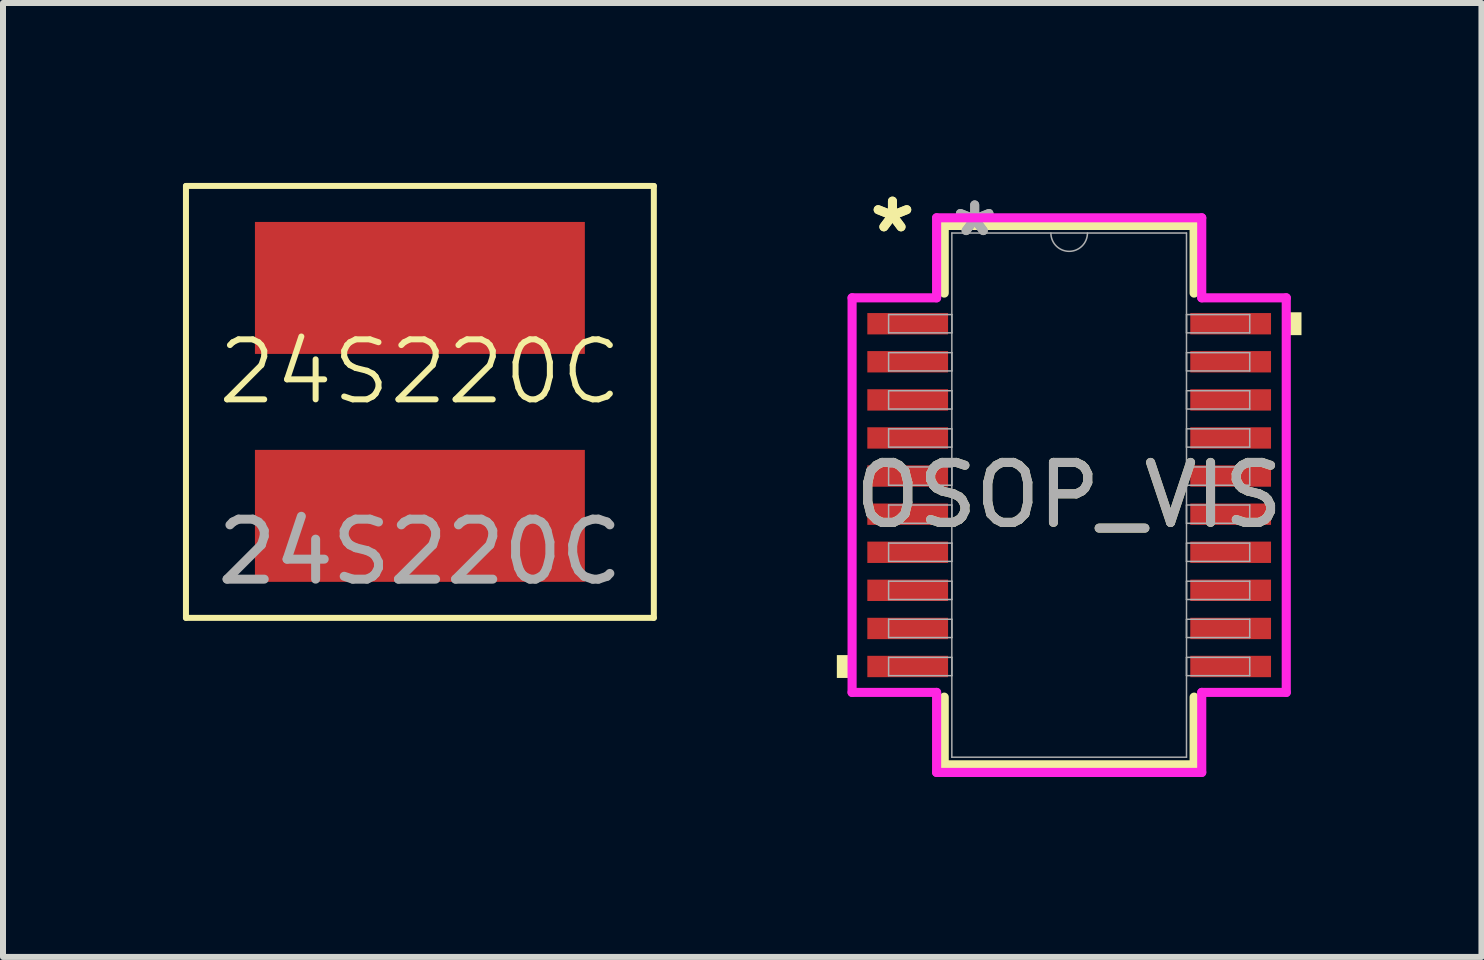
<source format=kicad_pcb>
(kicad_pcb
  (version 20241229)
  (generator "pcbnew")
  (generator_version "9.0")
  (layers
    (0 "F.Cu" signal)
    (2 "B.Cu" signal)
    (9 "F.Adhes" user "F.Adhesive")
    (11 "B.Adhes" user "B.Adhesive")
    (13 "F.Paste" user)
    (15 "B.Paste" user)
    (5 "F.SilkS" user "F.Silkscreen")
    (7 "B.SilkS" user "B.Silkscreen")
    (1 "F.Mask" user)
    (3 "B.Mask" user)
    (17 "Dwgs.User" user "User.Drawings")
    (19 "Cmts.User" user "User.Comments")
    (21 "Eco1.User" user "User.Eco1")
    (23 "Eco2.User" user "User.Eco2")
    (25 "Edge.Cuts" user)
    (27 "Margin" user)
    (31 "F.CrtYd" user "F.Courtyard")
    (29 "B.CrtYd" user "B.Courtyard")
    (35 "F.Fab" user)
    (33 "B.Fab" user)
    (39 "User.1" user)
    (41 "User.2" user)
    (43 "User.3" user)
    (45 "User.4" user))
  (footprint "OSOP_VIS"
    (layer "F.Cu")
    (at 14.774 5.204)
    (property "Reference" "OSOP_VIS" (at 0 0 0) (unlocked yes) (layer "F.SilkS") (effects (font (size 1 1) (thickness 0.15))))
    (attr smd)
    (fp_line (start -2.083 -4.496) (end -2.083 -3.368) (stroke (width 0.152) (type solid)) (layer "F.SilkS"))
    (fp_line (start -2.083 3.368) (end -2.083 4.496) (stroke (width 0.152) (type solid)) (layer "F.SilkS"))
    (fp_line (start -2.083 4.496) (end 2.083 4.496) (stroke (width 0.152) (type solid)) (layer "F.SilkS"))
    (fp_line (start 2.083 -4.496) (end -2.083 -4.496) (stroke (width 0.152) (type solid)) (layer "F.SilkS"))
    (fp_line (start 2.083 -3.368) (end 2.083 -4.496) (stroke (width 0.152) (type solid)) (layer "F.SilkS"))
    (fp_line (start 2.083 4.496) (end 2.083 3.368) (stroke (width 0.152) (type solid)) (layer "F.SilkS"))
    (fp_poly (pts (xy -3.873 2.667) (xy -3.873 3.048) (xy -3.619 3.048) (xy -3.619 2.667)) (stroke (width 0) (type solid)) (fill yes) (layer "F.SilkS"))
    (fp_poly (pts (xy 3.873 -3.048) (xy 3.873 -2.667) (xy 3.619 -2.667) (xy 3.619 -3.048)) (stroke (width 0) (type solid)) (fill yes) (layer "F.SilkS"))
    (fp_line (start -3.619 -3.289) (end -2.21 -3.289) (stroke (width 0.152) (type solid)) (layer "F.CrtYd"))
    (fp_line (start -3.619 3.289) (end -3.619 -3.289) (stroke (width 0.152) (type solid)) (layer "F.CrtYd"))
    (fp_line (start -3.619 3.289) (end -2.21 3.289) (stroke (width 0.152) (type solid)) (layer "F.CrtYd"))
    (fp_line (start -2.21 -4.623) (end 2.21 -4.623) (stroke (width 0.152) (type solid)) (layer "F.CrtYd"))
    (fp_line (start -2.21 -3.289) (end -2.21 -4.623) (stroke (width 0.152) (type solid)) (layer "F.CrtYd"))
    (fp_line (start -2.21 4.623) (end -2.21 3.289) (stroke (width 0.152) (type solid)) (layer "F.CrtYd"))
    (fp_line (start 2.21 -4.623) (end 2.21 -3.289) (stroke (width 0.152) (type solid)) (layer "F.CrtYd"))
    (fp_line (start 2.21 3.289) (end 2.21 4.623) (stroke (width 0.152) (type solid)) (layer "F.CrtYd"))
    (fp_line (start 2.21 4.623) (end -2.21 4.623) (stroke (width 0.152) (type solid)) (layer "F.CrtYd"))
    (fp_line (start 3.619 -3.289) (end 2.21 -3.289) (stroke (width 0.152) (type solid)) (layer "F.CrtYd"))
    (fp_line (start 3.619 -3.289) (end 3.619 3.289) (stroke (width 0.152) (type solid)) (layer "F.CrtYd"))
    (fp_line (start 3.619 3.289) (end 2.21 3.289) (stroke (width 0.152) (type solid)) (layer "F.CrtYd"))
    (fp_line (start -3.01 -3.01) (end -3.01 -2.705) (stroke (width 0.025) (type solid)) (layer "F.Fab"))
    (fp_line (start -3.01 -2.705) (end -1.956 -2.705) (stroke (width 0.025) (type solid)) (layer "F.Fab"))
    (fp_line (start -3.01 -2.375) (end -3.01 -2.07) (stroke (width 0.025) (type solid)) (layer "F.Fab"))
    (fp_line (start -3.01 -2.07) (end -1.956 -2.07) (stroke (width 0.025) (type solid)) (layer "F.Fab"))
    (fp_line (start -3.01 -1.74) (end -3.01 -1.435) (stroke (width 0.025) (type solid)) (layer "F.Fab"))
    (fp_line (start -3.01 -1.435) (end -1.956 -1.435) (stroke (width 0.025) (type solid)) (layer "F.Fab"))
    (fp_line (start -3.01 -1.105) (end -3.01 -0.8) (stroke (width 0.025) (type solid)) (layer "F.Fab"))
    (fp_line (start -3.01 -0.8) (end -1.956 -0.8) (stroke (width 0.025) (type solid)) (layer "F.Fab"))
    (fp_line (start -3.01 -0.47) (end -3.01 -0.165) (stroke (width 0.025) (type solid)) (layer "F.Fab"))
    (fp_line (start -3.01 -0.165) (end -1.956 -0.165) (stroke (width 0.025) (type solid)) (layer "F.Fab"))
    (fp_line (start -3.01 0.165) (end -3.01 0.47) (stroke (width 0.025) (type solid)) (layer "F.Fab"))
    (fp_line (start -3.01 0.47) (end -1.956 0.47) (stroke (width 0.025) (type solid)) (layer "F.Fab"))
    (fp_line (start -3.01 0.8) (end -3.01 1.105) (stroke (width 0.025) (type solid)) (layer "F.Fab"))
    (fp_line (start -3.01 1.105) (end -1.956 1.105) (stroke (width 0.025) (type solid)) (layer "F.Fab"))
    (fp_line (start -3.01 1.435) (end -3.01 1.74) (stroke (width 0.025) (type solid)) (layer "F.Fab"))
    (fp_line (start -3.01 1.74) (end -1.956 1.74) (stroke (width 0.025) (type solid)) (layer "F.Fab"))
    (fp_line (start -3.01 2.07) (end -3.01 2.375) (stroke (width 0.025) (type solid)) (layer "F.Fab"))
    (fp_line (start -3.01 2.375) (end -1.956 2.375) (stroke (width 0.025) (type solid)) (layer "F.Fab"))
    (fp_line (start -3.01 2.705) (end -3.01 3.01) (stroke (width 0.025) (type solid)) (layer "F.Fab"))
    (fp_line (start -3.01 3.01) (end -1.956 3.01) (stroke (width 0.025) (type solid)) (layer "F.Fab"))
    (fp_line (start -1.956 -4.369) (end -1.956 4.369) (stroke (width 0.025) (type solid)) (layer "F.Fab"))
    (fp_line (start -1.956 -3.01) (end -3.01 -3.01) (stroke (width 0.025) (type solid)) (layer "F.Fab"))
    (fp_line (start -1.956 -2.705) (end -1.956 -3.01) (stroke (width 0.025) (type solid)) (layer "F.Fab"))
    (fp_line (start -1.956 -2.375) (end -3.01 -2.375) (stroke (width 0.025) (type solid)) (layer "F.Fab"))
    (fp_line (start -1.956 -2.07) (end -1.956 -2.375) (stroke (width 0.025) (type solid)) (layer "F.Fab"))
    (fp_line (start -1.956 -1.74) (end -3.01 -1.74) (stroke (width 0.025) (type solid)) (layer "F.Fab"))
    (fp_line (start -1.956 -1.435) (end -1.956 -1.74) (stroke (width 0.025) (type solid)) (layer "F.Fab"))
    (fp_line (start -1.956 -1.105) (end -3.01 -1.105) (stroke (width 0.025) (type solid)) (layer "F.Fab"))
    (fp_line (start -1.956 -0.8) (end -1.956 -1.105) (stroke (width 0.025) (type solid)) (layer "F.Fab"))
    (fp_line (start -1.956 -0.47) (end -3.01 -0.47) (stroke (width 0.025) (type solid)) (layer "F.Fab"))
    (fp_line (start -1.956 -0.165) (end -1.956 -0.47) (stroke (width 0.025) (type solid)) (layer "F.Fab"))
    (fp_line (start -1.956 0.165) (end -3.01 0.165) (stroke (width 0.025) (type solid)) (layer "F.Fab"))
    (fp_line (start -1.956 0.47) (end -1.956 0.165) (stroke (width 0.025) (type solid)) (layer "F.Fab"))
    (fp_line (start -1.956 0.8) (end -3.01 0.8) (stroke (width 0.025) (type solid)) (layer "F.Fab"))
    (fp_line (start -1.956 1.105) (end -1.956 0.8) (stroke (width 0.025) (type solid)) (layer "F.Fab"))
    (fp_line (start -1.956 1.435) (end -3.01 1.435) (stroke (width 0.025) (type solid)) (layer "F.Fab"))
    (fp_line (start -1.956 1.74) (end -1.956 1.435) (stroke (width 0.025) (type solid)) (layer "F.Fab"))
    (fp_line (start -1.956 2.07) (end -3.01 2.07) (stroke (width 0.025) (type solid)) (layer "F.Fab"))
    (fp_line (start -1.956 2.375) (end -1.956 2.07) (stroke (width 0.025) (type solid)) (layer "F.Fab"))
    (fp_line (start -1.956 2.705) (end -3.01 2.705) (stroke (width 0.025) (type solid)) (layer "F.Fab"))
    (fp_line (start -1.956 3.01) (end -1.956 2.705) (stroke (width 0.025) (type solid)) (layer "F.Fab"))
    (fp_line (start -1.956 4.369) (end 1.956 4.369) (stroke (width 0.025) (type solid)) (layer "F.Fab"))
    (fp_line (start 1.956 -4.369) (end -1.956 -4.369) (stroke (width 0.025) (type solid)) (layer "F.Fab"))
    (fp_line (start 1.956 -3.01) (end 1.956 -2.705) (stroke (width 0.025) (type solid)) (layer "F.Fab"))
    (fp_line (start 1.956 -2.705) (end 3.01 -2.705) (stroke (width 0.025) (type solid)) (layer "F.Fab"))
    (fp_line (start 1.956 -2.375) (end 1.956 -2.07) (stroke (width 0.025) (type solid)) (layer "F.Fab"))
    (fp_line (start 1.956 -2.07) (end 3.01 -2.07) (stroke (width 0.025) (type solid)) (layer "F.Fab"))
    (fp_line (start 1.956 -1.74) (end 1.956 -1.435) (stroke (width 0.025) (type solid)) (layer "F.Fab"))
    (fp_line (start 1.956 -1.435) (end 3.01 -1.435) (stroke (width 0.025) (type solid)) (layer "F.Fab"))
    (fp_line (start 1.956 -1.105) (end 1.956 -0.8) (stroke (width 0.025) (type solid)) (layer "F.Fab"))
    (fp_line (start 1.956 -0.8) (end 3.01 -0.8) (stroke (width 0.025) (type solid)) (layer "F.Fab"))
    (fp_line (start 1.956 -0.47) (end 1.956 -0.165) (stroke (width 0.025) (type solid)) (layer "F.Fab"))
    (fp_line (start 1.956 -0.165) (end 3.01 -0.165) (stroke (width 0.025) (type solid)) (layer "F.Fab"))
    (fp_line (start 1.956 0.165) (end 1.956 0.47) (stroke (width 0.025) (type solid)) (layer "F.Fab"))
    (fp_line (start 1.956 0.47) (end 3.01 0.47) (stroke (width 0.025) (type solid)) (layer "F.Fab"))
    (fp_line (start 1.956 0.8) (end 1.956 1.105) (stroke (width 0.025) (type solid)) (layer "F.Fab"))
    (fp_line (start 1.956 1.105) (end 3.01 1.105) (stroke (width 0.025) (type solid)) (layer "F.Fab"))
    (fp_line (start 1.956 1.435) (end 1.956 1.74) (stroke (width 0.025) (type solid)) (layer "F.Fab"))
    (fp_line (start 1.956 1.74) (end 3.01 1.74) (stroke (width 0.025) (type solid)) (layer "F.Fab"))
    (fp_line (start 1.956 2.07) (end 1.956 2.375) (stroke (width 0.025) (type solid)) (layer "F.Fab"))
    (fp_line (start 1.956 2.375) (end 3.01 2.375) (stroke (width 0.025) (type solid)) (layer "F.Fab"))
    (fp_line (start 1.956 2.705) (end 1.956 3.01) (stroke (width 0.025) (type solid)) (layer "F.Fab"))
    (fp_line (start 1.956 3.01) (end 3.01 3.01) (stroke (width 0.025) (type solid)) (layer "F.Fab"))
    (fp_line (start 1.956 4.369) (end 1.956 -4.369) (stroke (width 0.025) (type solid)) (layer "F.Fab"))
    (fp_line (start 3.01 -3.01) (end 1.956 -3.01) (stroke (width 0.025) (type solid)) (layer "F.Fab"))
    (fp_line (start 3.01 -2.705) (end 3.01 -3.01) (stroke (width 0.025) (type solid)) (layer "F.Fab"))
    (fp_line (start 3.01 -2.375) (end 1.956 -2.375) (stroke (width 0.025) (type solid)) (layer "F.Fab"))
    (fp_line (start 3.01 -2.07) (end 3.01 -2.375) (stroke (width 0.025) (type solid)) (layer "F.Fab"))
    (fp_line (start 3.01 -1.74) (end 1.956 -1.74) (stroke (width 0.025) (type solid)) (layer "F.Fab"))
    (fp_line (start 3.01 -1.435) (end 3.01 -1.74) (stroke (width 0.025) (type solid)) (layer "F.Fab"))
    (fp_line (start 3.01 -1.105) (end 1.956 -1.105) (stroke (width 0.025) (type solid)) (layer "F.Fab"))
    (fp_line (start 3.01 -0.8) (end 3.01 -1.105) (stroke (width 0.025) (type solid)) (layer "F.Fab"))
    (fp_line (start 3.01 -0.47) (end 1.956 -0.47) (stroke (width 0.025) (type solid)) (layer "F.Fab"))
    (fp_line (start 3.01 -0.165) (end 3.01 -0.47) (stroke (width 0.025) (type solid)) (layer "F.Fab"))
    (fp_line (start 3.01 0.165) (end 1.956 0.165) (stroke (width 0.025) (type solid)) (layer "F.Fab"))
    (fp_line (start 3.01 0.47) (end 3.01 0.165) (stroke (width 0.025) (type solid)) (layer "F.Fab"))
    (fp_line (start 3.01 0.8) (end 1.956 0.8) (stroke (width 0.025) (type solid)) (layer "F.Fab"))
    (fp_line (start 3.01 1.105) (end 3.01 0.8) (stroke (width 0.025) (type solid)) (layer "F.Fab"))
    (fp_line (start 3.01 1.435) (end 1.956 1.435) (stroke (width 0.025) (type solid)) (layer "F.Fab"))
    (fp_line (start 3.01 1.74) (end 3.01 1.435) (stroke (width 0.025) (type solid)) (layer "F.Fab"))
    (fp_line (start 3.01 2.07) (end 1.956 2.07) (stroke (width 0.025) (type solid)) (layer "F.Fab"))
    (fp_line (start 3.01 2.375) (end 3.01 2.07) (stroke (width 0.025) (type solid)) (layer "F.Fab"))
    (fp_line (start 3.01 2.705) (end 1.956 2.705) (stroke (width 0.025) (type solid)) (layer "F.Fab"))
    (fp_line (start 3.01 3.01) (end 3.01 2.705) (stroke (width 0.025) (type solid)) (layer "F.Fab"))
    (fp_arc (start 0.3048 -4.3688) (mid 0 -4.064) (end -0.3048 -4.3688) (stroke (width 0.0254) (type solid)) (layer "F.Fab"))
    (fp_text user "*" (at -2.946 -4.356 0) (layer "F.SilkS") (effects (font (size 1 1) (thickness 0.15))))
    (fp_text user "*" (at -2.946 -4.356 0) (unlocked yes) (layer "F.SilkS") (effects (font (size 1 1) (thickness 0.15))))
    (fp_text user "*" (at -1.575 -4.293 0) (layer "F.Fab") (effects (font (size 1 1) (thickness 0.15))))
    (fp_text user "${REFERENCE}" (at 0 0 0) (unlocked yes) (layer "F.Fab") (effects (font (size 1 1) (thickness 0.15))))
    (fp_text user "*" (at -1.575 -4.293 0) (unlocked yes) (layer "F.Fab") (effects (font (size 1 1) (thickness 0.15))))
    (pad "1" smd rect (at -2.692 -2.857) (size 1.346 0.356) (layers "F.Cu" "F.Mask" "F.Paste"))
    (pad "2" smd rect (at -2.692 -2.223) (size 1.346 0.356) (layers "F.Cu" "F.Mask" "F.Paste"))
    (pad "3" smd rect (at -2.692 -1.587) (size 1.346 0.356) (layers "F.Cu" "F.Mask" "F.Paste"))
    (pad "4" smd rect (at -2.692 -0.953) (size 1.346 0.356) (layers "F.Cu" "F.Mask" "F.Paste"))
    (pad "5" smd rect (at -2.692 -0.318) (size 1.346 0.356) (layers "F.Cu" "F.Mask" "F.Paste"))
    (pad "6" smd rect (at -2.692 0.318) (size 1.346 0.356) (layers "F.Cu" "F.Mask" "F.Paste"))
    (pad "7" smd rect (at -2.692 0.953) (size 1.346 0.356) (layers "F.Cu" "F.Mask" "F.Paste"))
    (pad "8" smd rect (at -2.692 1.587) (size 1.346 0.356) (layers "F.Cu" "F.Mask" "F.Paste"))
    (pad "9" smd rect (at -2.692 2.223) (size 1.346 0.356) (layers "F.Cu" "F.Mask" "F.Paste"))
    (pad "10" smd rect (at -2.692 2.857) (size 1.346 0.356) (layers "F.Cu" "F.Mask" "F.Paste"))
    (pad "11" smd rect (at 2.692 2.857) (size 1.346 0.356) (layers "F.Cu" "F.Mask" "F.Paste"))
    (pad "12" smd rect (at 2.692 2.223) (size 1.346 0.356) (layers "F.Cu" "F.Mask" "F.Paste"))
    (pad "13" smd rect (at 2.692 1.587) (size 1.346 0.356) (layers "F.Cu" "F.Mask" "F.Paste"))
    (pad "14" smd rect (at 2.692 0.953) (size 1.346 0.356) (layers "F.Cu" "F.Mask" "F.Paste"))
    (pad "15" smd rect (at 2.692 0.318) (size 1.346 0.356) (layers "F.Cu" "F.Mask" "F.Paste"))
    (pad "16" smd rect (at 2.692 -0.318) (size 1.346 0.356) (layers "F.Cu" "F.Mask" "F.Paste"))
    (pad "17" smd rect (at 2.692 -0.953) (size 1.346 0.356) (layers "F.Cu" "F.Mask" "F.Paste"))
    (pad "18" smd rect (at 2.692 -1.587) (size 1.346 0.356) (layers "F.Cu" "F.Mask" "F.Paste"))
    (pad "19" smd rect (at 2.692 -2.223) (size 1.346 0.356) (layers "F.Cu" "F.Mask" "F.Paste"))
    (pad "20" smd rect (at 2.692 -2.857) (size 1.346 0.356) (layers "F.Cu" "F.Mask" "F.Paste")))
  (footprint "24S220C"
    (layer "F.Cu")
    (at 3.95 3.65)
    (property "Reference" "24S220C" (at 0 -0.5 0) (unlocked yes) (layer "F.SilkS") (effects (font (size 1 1) (thickness 0.1))))
    (attr smd)
    (fp_line (start -3.9 -3.6) (end 3.9 -3.6) (stroke (width 0.1) (type default)) (layer "F.SilkS"))
    (fp_line (start -3.9 3.6) (end -3.9 -3.6) (stroke (width 0.1) (type default)) (layer "F.SilkS"))
    (fp_line (start 3.9 -3.6) (end 3.9 3.6) (stroke (width 0.1) (type default)) (layer "F.SilkS"))
    (fp_line (start 3.9 3.6) (end -3.9 3.6) (stroke (width 0.1) (type default)) (layer "F.SilkS"))
    (fp_text user "${REFERENCE}" (at 0 2.5 0) (unlocked yes) (layer "F.Fab") (effects (font (size 1 1) (thickness 0.15))))
    (pad "1" smd rect (at 0 -1.9) (size 5.5 2.2) (layers "F.Cu" "F.Mask" "F.Paste"))
    (pad "2" smd rect (at 0 1.9) (size 5.5 2.2) (layers "F.Cu" "F.Mask" "F.Paste")))
  (gr_rect
    (start -3 -3)
    (end 21.647 12.903)
    (stroke (width 0.1) (type default))
    (fill no)
    (layer "Edge.Cuts")))
</source>
